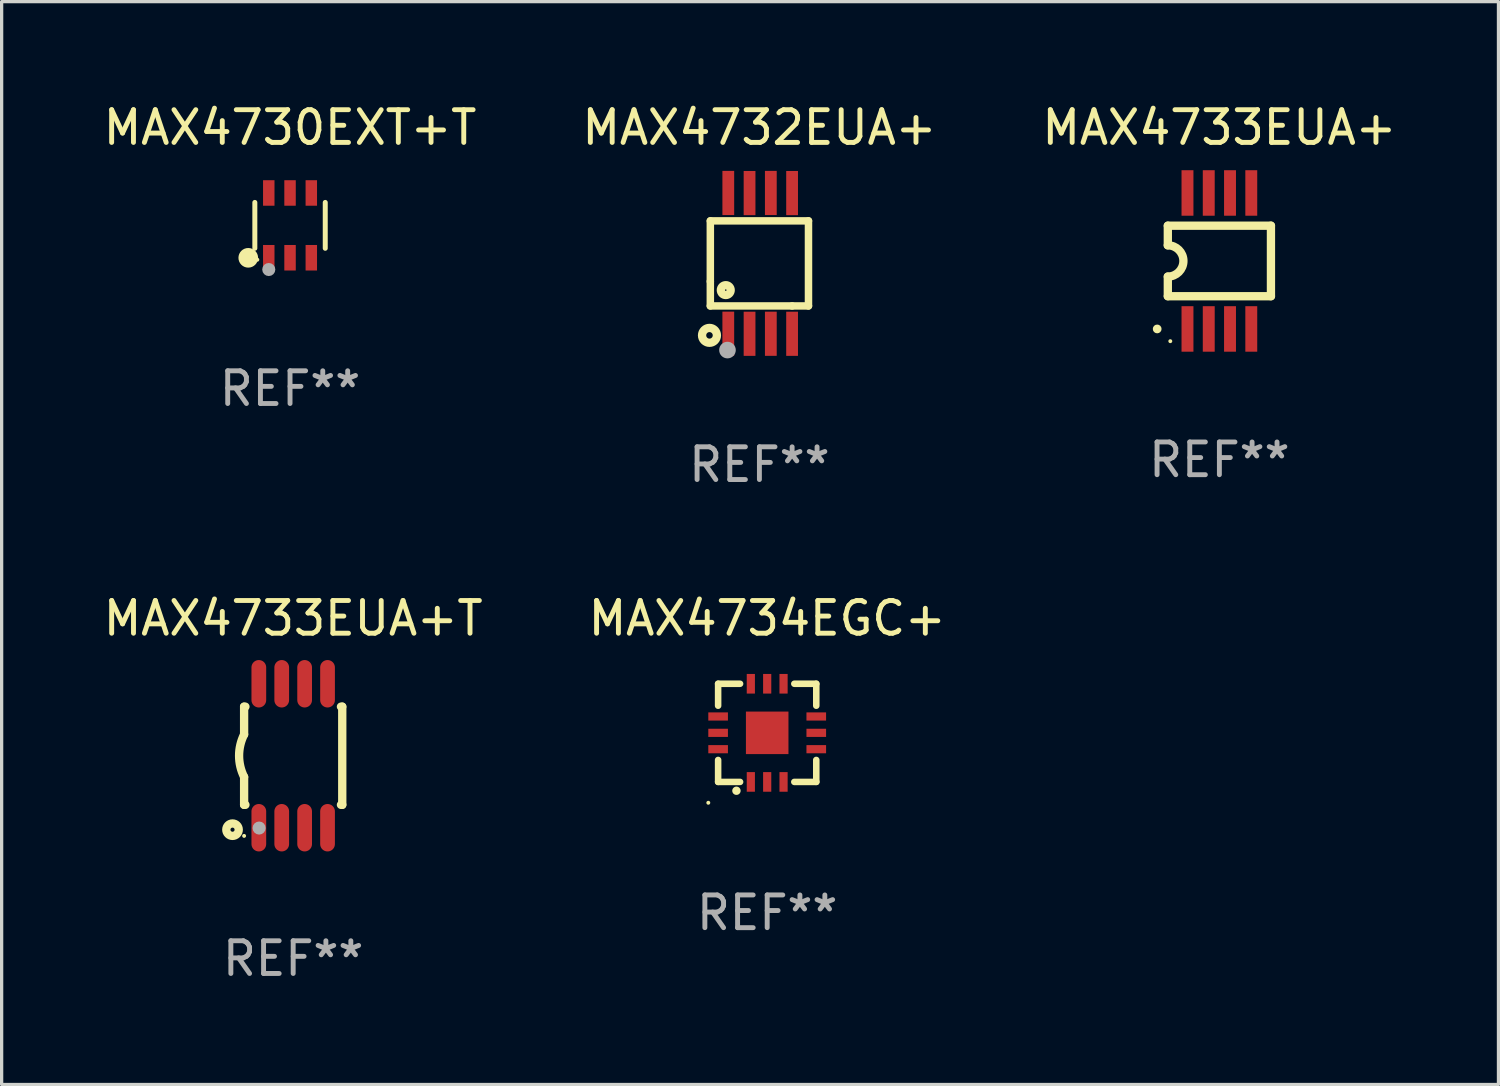
<source format=kicad_pcb>
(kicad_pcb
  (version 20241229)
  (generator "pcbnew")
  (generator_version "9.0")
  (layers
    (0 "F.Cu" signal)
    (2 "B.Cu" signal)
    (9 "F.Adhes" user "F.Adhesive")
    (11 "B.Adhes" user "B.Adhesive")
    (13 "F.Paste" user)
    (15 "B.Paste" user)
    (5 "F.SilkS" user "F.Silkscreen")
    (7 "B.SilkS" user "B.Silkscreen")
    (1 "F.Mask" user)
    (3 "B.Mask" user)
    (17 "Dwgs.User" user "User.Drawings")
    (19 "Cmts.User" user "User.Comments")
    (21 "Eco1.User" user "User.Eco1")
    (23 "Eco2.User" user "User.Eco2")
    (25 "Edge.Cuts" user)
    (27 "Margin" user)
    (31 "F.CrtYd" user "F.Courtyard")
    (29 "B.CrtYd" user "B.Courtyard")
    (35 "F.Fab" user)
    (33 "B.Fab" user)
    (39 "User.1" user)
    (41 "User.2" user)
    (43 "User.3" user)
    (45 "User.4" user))
  (footprint "MAX4734EGC+"
    (layer "F.Cu")
    (at 20.399 19.349)
    (property "Reference" "MAX4734EGC+" (at 0 -3.5 0) (layer "F.SilkS") (effects (font (size 1 1) (thickness 0.15))))
    (attr through_hole)
    (fp_line (start -1.5 -1.5) (end -0.829 -1.5) (stroke (width 0.2) (type solid)) (layer "F.SilkS"))
    (fp_line (start -1.5 -0.829) (end -1.5 -1.5) (stroke (width 0.2) (type solid)) (layer "F.SilkS"))
    (fp_line (start -1.5 1.5) (end -1.5 0.829) (stroke (width 0.2) (type solid)) (layer "F.SilkS"))
    (fp_line (start -0.829 1.5) (end -1.5 1.5) (stroke (width 0.2) (type solid)) (layer "F.SilkS"))
    (fp_line (start 0.829 -1.5) (end 1.5 -1.5) (stroke (width 0.2) (type solid)) (layer "F.SilkS"))
    (fp_line (start 1.5 -1.5) (end 1.5 -0.829) (stroke (width 0.2) (type solid)) (layer "F.SilkS"))
    (fp_line (start 1.5 0.829) (end 1.5 1.5) (stroke (width 0.2) (type solid)) (layer "F.SilkS"))
    (fp_line (start 1.5 1.5) (end 0.829 1.5) (stroke (width 0.2) (type solid)) (layer "F.SilkS"))
    (fp_arc (start -0.941275 1.770003) (mid -0.940005 1.769996) (end -0.938735 1.770003) (stroke (width 0.254001) (type solid)) (layer "F.SilkS"))
    (fp_circle (center -1.8 2.137) (end -1.77 2.137) (stroke (width 0.06) (type solid)) (fill no) (layer "F.SilkS"))
    (fp_text user "REF**" (at 0 5.5 0) (layer "F.Fab") (effects (font (size 1 1) (thickness 0.15))))
    (pad "1" smd rect (at -0.5 1.5 90) (size 0.6 0.25) (layers "F.Cu" "F.Mask" "F.Paste"))
    (pad "2" smd rect (at -0.000127 1.5 90) (size 0.6 0.25) (layers "F.Cu" "F.Mask" "F.Paste"))
    (pad "3" smd rect (at 0.5 1.5 90) (size 0.6 0.25) (layers "F.Cu" "F.Mask" "F.Paste"))
    (pad "4" smd rect (at 1.5 0.5 180) (size 0.6 0.25) (layers "F.Cu" "F.Mask" "F.Paste"))
    (pad "5" smd rect (at 1.5 -0.000127 180) (size 0.6 0.25) (layers "F.Cu" "F.Mask" "F.Paste"))
    (pad "6" smd rect (at 1.5 -0.5 180) (size 0.6 0.25) (layers "F.Cu" "F.Mask" "F.Paste"))
    (pad "7" smd rect (at 0.5 -1.5 270) (size 0.6 0.25) (layers "F.Cu" "F.Mask" "F.Paste"))
    (pad "8" smd rect (at -0.000127 -1.5 270) (size 0.6 0.25) (layers "F.Cu" "F.Mask" "F.Paste"))
    (pad "9" smd rect (at -0.5 -1.5 270) (size 0.6 0.25) (layers "F.Cu" "F.Mask" "F.Paste"))
    (pad "10" smd rect (at -1.5 -0.5) (size 0.6 0.25) (layers "F.Cu" "F.Mask" "F.Paste"))
    (pad "11" smd rect (at -1.5 -0.000127) (size 0.6 0.25) (layers "F.Cu" "F.Mask" "F.Paste"))
    (pad "12" smd rect (at -1.5 0.5) (size 0.6 0.25) (layers "F.Cu" "F.Mask" "F.Paste"))
    (pad "13" smd rect (at -0.000127 -0.000127 90) (size 1.3 1.3) (layers "F.Cu" "F.Mask" "F.Paste")))
  (footprint "MAX4733EUA+T"
    (layer "F.Cu")
    (at 5.911 20.049)
    (property "Reference" "MAX4733EUA+T" (at 0 -4.2 0) (layer "F.SilkS") (effects (font (size 1 1) (thickness 0.15))))
    (attr through_hole)
    (fp_line (start -1.5 -1.5) (end -1.5 -0.65) (stroke (width 0.254) (type solid)) (layer "F.SilkS"))
    (fp_line (start -1.5 -1.5) (end -1.46 -1.5) (stroke (width 0.254) (type solid)) (layer "F.SilkS"))
    (fp_line (start -1.5 1.5) (end -1.5 0.65) (stroke (width 0.254) (type solid)) (layer "F.SilkS"))
    (fp_line (start -1.5 1.5) (end -1.46 1.5) (stroke (width 0.254) (type solid)) (layer "F.SilkS"))
    (fp_line (start 1.46 -1.5) (end 1.5 -1.5) (stroke (width 0.254) (type solid)) (layer "F.SilkS"))
    (fp_line (start 1.46 1.5) (end 1.5 1.5) (stroke (width 0.254) (type solid)) (layer "F.SilkS"))
    (fp_line (start 1.5 -1.5) (end 1.5 1.5) (stroke (width 0.254) (type solid)) (layer "F.SilkS"))
    (fp_arc (start -1.499898 0.648844) (mid -1.653254 -0.000623) (end -1.5 -0.650114) (stroke (width 0.254001) (type solid)) (layer "F.SilkS"))
    (fp_circle (center -1.854 2.26) (end -1.664 2.26) (stroke (width 0.254) (type solid)) (fill no) (layer "F.SilkS"))
    (fp_circle (center -1.5 2.45) (end -1.47 2.45) (stroke (width 0.06) (type solid)) (fill no) (layer "F.SilkS"))
    (fp_circle (center -1.041 2.21) (end -0.941 2.21) (stroke (width 0.2) (type solid)) (fill no) (layer "F.Fab"))
    (fp_text user "REF**" (at 0 6.2 0) (layer "F.Fab") (effects (font (size 1 1) (thickness 0.15))))
    (pad "1" smd oval (at -1.05 2.2 180) (size 0.45 1.45) (layers "F.Cu" "F.Mask" "F.Paste"))
    (pad "2" smd oval (at -0.35 2.2 180) (size 0.45 1.45) (layers "F.Cu" "F.Mask" "F.Paste"))
    (pad "3" smd oval (at 0.35 2.2 180) (size 0.45 1.45) (layers "F.Cu" "F.Mask" "F.Paste"))
    (pad "4" smd oval (at 1.05 2.2 180) (size 0.45 1.45) (layers "F.Cu" "F.Mask" "F.Paste"))
    (pad "5" smd oval (at 1.05 -2.2 180) (size 0.45 1.45) (layers "F.Cu" "F.Mask" "F.Paste"))
    (pad "6" smd oval (at 0.35 -2.2 180) (size 0.45 1.45) (layers "F.Cu" "F.Mask" "F.Paste"))
    (pad "7" smd oval (at -0.35 -2.2 180) (size 0.45 1.45) (layers "F.Cu" "F.Mask" "F.Paste"))
    (pad "8" smd oval (at -1.05 -2.2 180) (size 0.45 1.45) (layers "F.Cu" "F.Mask" "F.Paste")))
  (footprint "MAX4733EUA+"
    (layer "F.Cu")
    (at 34.22 4.926)
    (property "Reference" "MAX4733EUA+" (at 0 -4.078 0) (layer "F.SilkS") (effects (font (size 1 1) (thickness 0.15))))
    (attr through_hole)
    (fp_line (start -1.576 -1.078) (end -1.576 -0.478) (stroke (width 0.254) (type solid)) (layer "F.SilkS"))
    (fp_line (start -1.576 -1.078) (end 1.576 -1.078) (stroke (width 0.254) (type solid)) (layer "F.SilkS"))
    (fp_line (start -1.576 1.078) (end -1.576 0.478) (stroke (width 0.254) (type solid)) (layer "F.SilkS"))
    (fp_line (start 1.576 -1.078) (end 1.576 1.078) (stroke (width 0.254) (type solid)) (layer "F.SilkS"))
    (fp_line (start 1.576 1.078) (end -1.576 1.078) (stroke (width 0.254) (type solid)) (layer "F.SilkS"))
    (fp_arc (start -1.577343 -0.47752) (mid -1.099721 -0.000481) (end -1.5762 0.477699) (stroke (width 0.254001) (type solid)) (layer "F.SilkS"))
    (fp_circle (center -1.901 2.078) (end -1.834 2.078) (stroke (width 0.134) (type solid)) (fill no) (layer "F.SilkS"))
    (fp_circle (center -1.5 2.452) (end -1.47 2.452) (stroke (width 0.06) (type solid)) (fill no) (layer "F.SilkS"))
    (fp_text user "REF**" (at 0 6.078 0) (layer "F.Fab") (effects (font (size 1 1) (thickness 0.15))))
    (pad "1" smd rect (at -0.975 2.078) (size 0.364 1.391) (layers "F.Cu" "F.Mask" "F.Paste"))
    (pad "2" smd rect (at -0.325 2.078) (size 0.364 1.391) (layers "F.Cu" "F.Mask" "F.Paste"))
    (pad "3" smd rect (at 0.325 2.078) (size 0.364 1.391) (layers "F.Cu" "F.Mask" "F.Paste"))
    (pad "4" smd rect (at 0.975 2.078) (size 0.364 1.391) (layers "F.Cu" "F.Mask" "F.Paste"))
    (pad "5" smd rect (at 0.975 -2.078) (size 0.364 1.391) (layers "F.Cu" "F.Mask" "F.Paste"))
    (pad "6" smd rect (at 0.325 -2.078) (size 0.364 1.391) (layers "F.Cu" "F.Mask" "F.Paste"))
    (pad "7" smd rect (at -0.325 -2.078) (size 0.364 1.391) (layers "F.Cu" "F.Mask" "F.Paste"))
    (pad "8" smd rect (at -0.975 -2.078) (size 0.364 1.391) (layers "F.Cu" "F.Mask" "F.Paste")))
  (footprint "MAX4730EXT+T"
    (layer "F.Cu")
    (at 5.815 3.838)
    (property "Reference" "MAX4730EXT+T" (at 0 -2.99 0) (layer "F.SilkS") (effects (font (size 1 1) (thickness 0.15))))
    (attr through_hole)
    (fp_line (start -1.076 0.701) (end -1.076 -0.701) (stroke (width 0.152) (type solid)) (layer "F.SilkS"))
    (fp_line (start 1.076 0.701) (end 1.076 -0.701) (stroke (width 0.152) (type solid)) (layer "F.SilkS"))
    (fp_circle (center -1.277 0.992) (end -1.127 0.992) (stroke (width 0.3) (type solid)) (fill no) (layer "F.SilkS"))
    (fp_circle (center -1 1.05) (end -0.97 1.05) (stroke (width 0.06) (type solid)) (fill no) (layer "F.SilkS"))
    (fp_circle (center -0.65 1.35) (end -0.55 1.35) (stroke (width 0.2) (type solid)) (fill no) (layer "F.Fab"))
    (fp_text user "REF**" (at 0 4.99 0) (layer "F.Fab") (effects (font (size 1 1) (thickness 0.15))))
    (pad "1" smd rect (at -0.65 0.99) (size 0.35 0.78) (layers "F.Cu" "F.Mask" "F.Paste"))
    (pad "2" smd rect (at 0 0.99) (size 0.35 0.78) (layers "F.Cu" "F.Mask" "F.Paste"))
    (pad "3" smd rect (at 0.65 0.99) (size 0.35 0.78) (layers "F.Cu" "F.Mask" "F.Paste"))
    (pad "4" smd rect (at 0.65 -0.99) (size 0.35 0.78) (layers "F.Cu" "F.Mask" "F.Paste"))
    (pad "5" smd rect (at 0 -0.99) (size 0.35 0.78) (layers "F.Cu" "F.Mask" "F.Paste"))
    (pad "6" smd rect (at -0.65 -0.99) (size 0.35 0.78) (layers "F.Cu" "F.Mask" "F.Paste")))
  (footprint "MAX4732EUA+"
    (layer "F.Cu")
    (at 20.161 5)
    (property "Reference" "MAX4732EUA+" (at 0 -4.152 0) (layer "F.SilkS") (effects (font (size 1 1) (thickness 0.15))))
    (attr through_hole)
    (fp_line (start -1.5 1.301) (end 1 1.301) (stroke (width 0.229) (type solid)) (layer "F.SilkS"))
    (fp_line (start -1.5 -1.299) (end -1.5 0.551) (stroke (width 0.229) (type solid)) (layer "F.SilkS"))
    (fp_line (start -1.5 0.551) (end -1.5 1.301) (stroke (width 0.229) (type solid)) (layer "F.SilkS"))
    (fp_line (start 1 1.301) (end 1.5 1.301) (stroke (width 0.229) (type solid)) (layer "F.SilkS"))
    (fp_line (start 1.5 1.301) (end 1.5 -1.299) (stroke (width 0.229) (type solid)) (layer "F.SilkS"))
    (fp_line (start 1.5 -1.299) (end -1.5 -1.299) (stroke (width 0.229) (type solid)) (layer "F.SilkS"))
    (fp_circle (center -1.526 2.2) (end -1.426 2.2) (stroke (width 0.254) (type solid)) (fill no) (layer "F.SilkS"))
    (fp_circle (center -1.476 2.45) (end -1.446 2.45) (stroke (width 0.06) (type solid)) (fill no) (layer "F.SilkS"))
    (fp_circle (center -1.028 0.817) (end -0.878 0.817) (stroke (width 0.254) (type solid)) (fill no) (layer "F.SilkS"))
    (fp_circle (center -0.976 2.65) (end -0.849 2.65) (stroke (width 0.254) (type solid)) (fill no) (layer "F.Fab"))
    (fp_text user "REF**" (at 0 6.152 0) (layer "F.Fab") (effects (font (size 1 1) (thickness 0.15))))
    (pad "1" smd rect (at -0.951 2.15) (size 0.36 1.35) (layers "F.Cu" "F.Mask" "F.Paste"))
    (pad "2" smd rect (at -0.301 2.152) (size 0.36 1.35) (layers "F.Cu" "F.Mask" "F.Paste"))
    (pad "3" smd rect (at 0.349 2.151) (size 0.36 1.35) (layers "F.Cu" "F.Mask" "F.Paste"))
    (pad "4" smd rect (at 0.999 2.152) (size 0.36 1.35) (layers "F.Cu" "F.Mask" "F.Paste"))
    (pad "5" smd rect (at 0.999 -2.149) (size 0.36 1.35) (layers "F.Cu" "F.Mask" "F.Paste"))
    (pad "6" smd rect (at 0.349 -2.152) (size 0.36 1.35) (layers "F.Cu" "F.Mask" "F.Paste"))
    (pad "7" smd rect (at -0.301 -2.149) (size 0.36 1.35) (layers "F.Cu" "F.Mask" "F.Paste"))
    (pad "8" smd rect (at -0.951 -2.152) (size 0.36 1.35) (layers "F.Cu" "F.Mask" "F.Paste")))
  (gr_rect
    (start -3 -3)
    (end 42.75 30.097)
    (stroke (width 0.1) (type default))
    (fill no)
    (layer "Edge.Cuts")))
</source>
